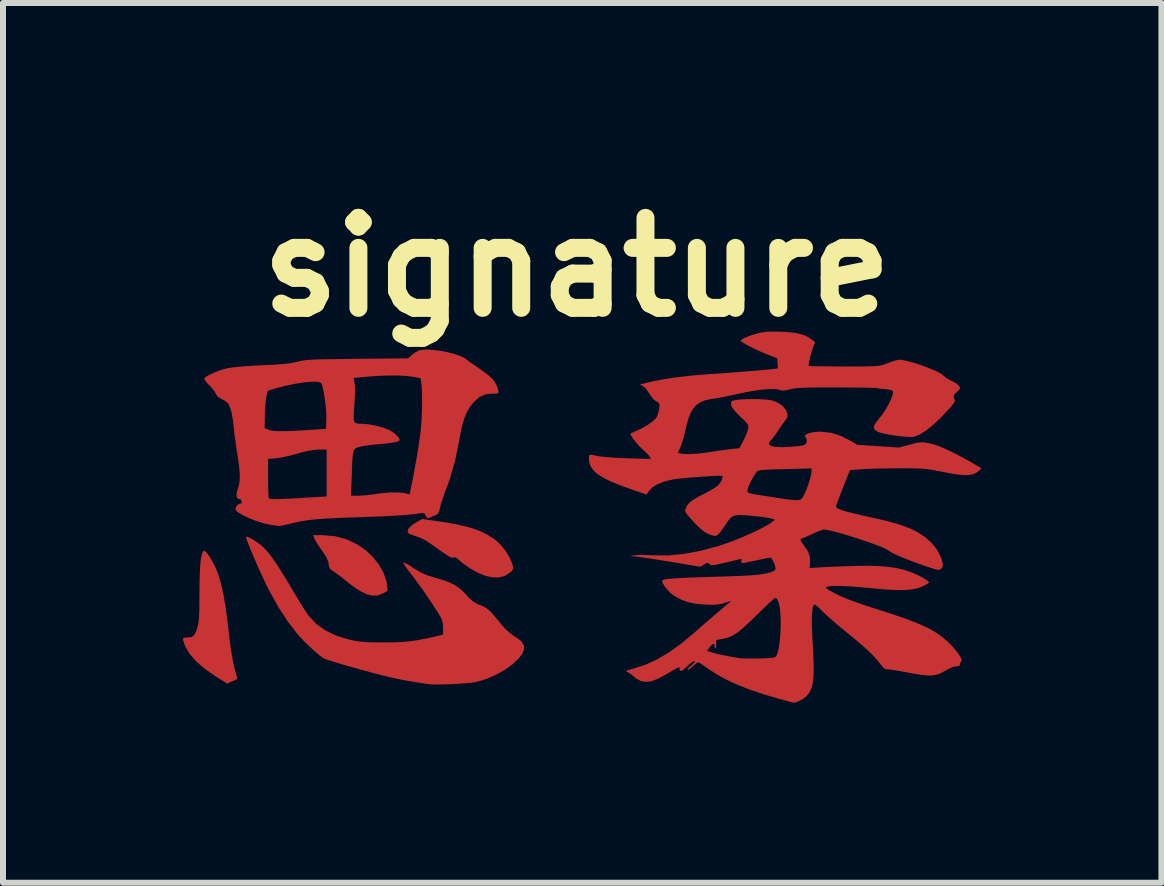
<source format=kicad_pcb>
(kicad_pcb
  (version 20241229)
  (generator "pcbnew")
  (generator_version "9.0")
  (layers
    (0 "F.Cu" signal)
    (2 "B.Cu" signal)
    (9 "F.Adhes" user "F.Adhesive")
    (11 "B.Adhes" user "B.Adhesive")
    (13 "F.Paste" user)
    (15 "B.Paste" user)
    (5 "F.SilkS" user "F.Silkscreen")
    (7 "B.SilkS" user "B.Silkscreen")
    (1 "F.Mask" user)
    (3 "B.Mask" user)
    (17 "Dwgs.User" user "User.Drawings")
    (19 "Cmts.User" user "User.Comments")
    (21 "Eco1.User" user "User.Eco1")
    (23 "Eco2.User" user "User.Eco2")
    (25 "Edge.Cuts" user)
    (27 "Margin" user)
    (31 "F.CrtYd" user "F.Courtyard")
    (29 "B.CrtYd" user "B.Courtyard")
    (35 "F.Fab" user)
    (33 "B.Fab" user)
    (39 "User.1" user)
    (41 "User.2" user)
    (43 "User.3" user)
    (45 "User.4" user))
  (footprint "signature"
    (layer "F.Cu")
    (at 6.578 5.534)
    (property "Reference" "signature" (at -0.01 -4.13 0) (layer "F.SilkS") (effects (font (size 1.5 1.5) (thickness 0.3))))
    (attr board_only exclude_from_pos_files exclude_from_bom)
    (fp_poly (pts (xy -4.04 0.355) (xy -3.845 0.409) (xy -3.663 0.497) (xy -3.539 0.583) (xy -3.416 0.697) (xy -3.313 0.826) (xy -3.236 0.961) (xy -3.188 1.097) (xy -3.176 1.167) (xy -3.166 1.266) (xy -3.241 1.308) (xy -3.334 1.344) (xy -3.433 1.345) (xy -3.514 1.323) (xy -3.598 1.284) (xy -3.699 1.222) (xy -3.808 1.142) (xy -3.883 1.08) (xy -3.949 1.027) (xy -4.017 0.977) (xy -4.066 0.944) (xy -4.116 0.91) (xy -4.14 0.878) (xy -4.146 0.841) (xy -4.154 0.784) (xy -4.182 0.718) (xy -4.233 0.635) (xy -4.281 0.566) (xy -4.325 0.503) (xy -4.363 0.441) (xy -4.382 0.402) (xy -4.409 0.338) (xy -4.247 0.338)) (stroke (width 0) (type solid)) (fill yes) (layer "F.Cu"))
    (fp_poly (pts (xy -2.293 0.111) (xy -2.083 0.145) (xy -1.906 0.182) (xy -1.755 0.223) (xy -1.625 0.27) (xy -1.511 0.325) (xy -1.407 0.391) (xy -1.354 0.43) (xy -1.271 0.51) (xy -1.193 0.609) (xy -1.129 0.715) (xy -1.089 0.814) (xy -1.088 0.816) (xy -1.074 0.87) (xy -1.074 0.903) (xy -1.091 0.93) (xy -1.121 0.958) (xy -1.212 1.017) (xy -1.316 1.044) (xy -1.436 1.04) (xy -1.549 1.012) (xy -1.661 0.966) (xy -1.782 0.898) (xy -1.9 0.816) (xy -1.968 0.759) (xy -2.016 0.719) (xy -2.047 0.704) (xy -2.07 0.71) (xy -2.071 0.711) (xy -2.088 0.715) (xy -2.117 0.706) (xy -2.162 0.681) (xy -2.229 0.636) (xy -2.305 0.583) (xy -2.403 0.513) (xy -2.478 0.461) (xy -2.538 0.423) (xy -2.59 0.396) (xy -2.641 0.374) (xy -2.699 0.354) (xy -2.725 0.346) (xy -2.787 0.324) (xy -2.82 0.304) (xy -2.832 0.28) (xy -2.833 0.272) (xy -2.815 0.224) (xy -2.762 0.171) (xy -2.673 0.114) (xy -2.669 0.112) (xy -2.589 0.068)) (stroke (width 0) (type solid)) (fill yes) (layer "F.Cu"))
    (fp_poly (pts (xy -6.213 0.601) (xy -6.182 0.632) (xy -6.143 0.685) (xy -6.1 0.753) (xy -6.058 0.831) (xy -6.02 0.912) (xy -6 0.962) (xy -5.949 1.126) (xy -5.903 1.327) (xy -5.862 1.566) (xy -5.827 1.841) (xy -5.815 1.949) (xy -5.795 2.124) (xy -5.771 2.29) (xy -5.744 2.441) (xy -5.715 2.57) (xy -5.687 2.672) (xy -5.675 2.706) (xy -5.674 2.733) (xy -5.704 2.753) (xy -5.715 2.757) (xy -5.766 2.778) (xy -5.801 2.795) (xy -5.83 2.81) (xy -5.839 2.813) (xy -5.855 2.803) (xy -5.897 2.777) (xy -5.958 2.739) (xy -6.031 2.693) (xy -6.213 2.567) (xy -6.358 2.442) (xy -6.467 2.317) (xy -6.54 2.193) (xy -6.573 2.096) (xy -6.578 2.065) (xy -6.569 2.05) (xy -6.535 2.045) (xy -6.501 2.045) (xy -6.447 2.04) (xy -6.409 2.022) (xy -6.379 1.985) (xy -6.352 1.921) (xy -6.333 1.858) (xy -6.323 1.816) (xy -6.315 1.764) (xy -6.31 1.695) (xy -6.306 1.606) (xy -6.304 1.49) (xy -6.303 1.344) (xy -6.303 1.296) (xy -6.301 1.101) (xy -6.296 0.941) (xy -6.288 0.815) (xy -6.276 0.718) (xy -6.26 0.65) (xy -6.241 0.607) (xy -6.233 0.598)) (stroke (width 0) (type solid)) (fill yes) (layer "F.Cu"))
    (fp_poly (pts (xy -5.505 0.364) (xy -5.46 0.384) (xy -5.402 0.417) (xy -5.337 0.46) (xy -5.279 0.502) (xy -5.222 0.554) (xy -5.159 0.624) (xy -5.09 0.714) (xy -5.011 0.828) (xy -4.922 0.968) (xy -4.819 1.137) (xy -4.764 1.23) (xy -4.698 1.342) (xy -4.633 1.449) (xy -4.573 1.545) (xy -4.522 1.623) (xy -4.485 1.677) (xy -4.478 1.686) (xy -4.353 1.819) (xy -4.199 1.929) (xy -4.018 2.015) (xy -3.806 2.079) (xy -3.78 2.085) (xy -3.702 2.101) (xy -3.627 2.112) (xy -3.547 2.119) (xy -3.452 2.124) (xy -3.333 2.126) (xy -3.236 2.126) (xy -3.068 2.125) (xy -2.924 2.119) (xy -2.794 2.107) (xy -2.663 2.088) (xy -2.521 2.061) (xy -2.382 2.029) (xy -2.242 1.997) (xy -2.242 1.883) (xy -2.245 1.818) (xy -2.256 1.765) (xy -2.28 1.709) (xy -2.315 1.649) (xy -2.442 1.451) (xy -2.582 1.246) (xy -2.724 1.053) (xy -2.777 0.985) (xy -2.831 0.914) (xy -2.873 0.855) (xy -2.899 0.812) (xy -2.907 0.791) (xy -2.906 0.791) (xy -2.883 0.798) (xy -2.837 0.822) (xy -2.775 0.859) (xy -2.733 0.887) (xy -2.652 0.938) (xy -2.578 0.977) (xy -2.497 1.009) (xy -2.397 1.04) (xy -2.364 1.05) (xy -2.227 1.091) (xy -2.119 1.132) (xy -2.031 1.178) (xy -1.955 1.233) (xy -1.883 1.302) (xy -1.854 1.334) (xy -1.788 1.403) (xy -1.732 1.45) (xy -1.674 1.483) (xy -1.636 1.499) (xy -1.572 1.525) (xy -1.519 1.555) (xy -1.47 1.594) (xy -1.416 1.65) (xy -1.35 1.728) (xy -1.329 1.754) (xy -1.255 1.844) (xy -1.191 1.912) (xy -1.13 1.967) (xy -1.062 2.017) (xy -1.011 2.05) (xy -0.935 2.109) (xy -0.895 2.172) (xy -0.89 2.239) (xy -0.921 2.315) (xy -0.98 2.393) (xy -1.086 2.493) (xy -1.221 2.588) (xy -1.373 2.672) (xy -1.533 2.74) (xy -1.688 2.785) (xy -1.755 2.796) (xy -1.849 2.806) (xy -1.961 2.814) (xy -2.082 2.821) (xy -2.204 2.825) (xy -2.316 2.827) (xy -2.411 2.827) (xy -2.478 2.822) (xy -2.486 2.821) (xy -2.646 2.797) (xy -2.779 2.776) (xy -2.891 2.756) (xy -2.993 2.736) (xy -3.093 2.714) (xy -3.187 2.692) (xy -3.316 2.659) (xy -3.454 2.623) (xy -3.595 2.585) (xy -3.734 2.546) (xy -3.866 2.509) (xy -3.986 2.473) (xy -4.088 2.442) (xy -4.168 2.416) (xy -4.219 2.397) (xy -4.235 2.39) (xy -4.299 2.343) (xy -4.38 2.275) (xy -4.468 2.194) (xy -4.556 2.108) (xy -4.635 2.025) (xy -4.664 1.992) (xy -4.827 1.782) (xy -4.985 1.541) (xy -5.134 1.273) (xy -5.172 1.199) (xy -5.22 1.099) (xy -5.271 0.989) (xy -5.324 0.874) (xy -5.374 0.759) (xy -5.421 0.649) (xy -5.462 0.55) (xy -5.495 0.467) (xy -5.518 0.405) (xy -5.528 0.369) (xy -5.528 0.363)) (stroke (width 0) (type solid)) (fill yes) (layer "F.Cu"))
    (fp_poly (pts (xy -2.42 -2.752) (xy -2.299 -2.737) (xy -2.176 -2.714) (xy -2.059 -2.684) (xy -1.956 -2.649) (xy -1.877 -2.611) (xy -1.848 -2.59) (xy -1.808 -2.559) (xy -1.746 -2.514) (xy -1.673 -2.464) (xy -1.628 -2.433) (xy -1.553 -2.38) (xy -1.483 -2.326) (xy -1.43 -2.279) (xy -1.41 -2.259) (xy -1.374 -2.205) (xy -1.343 -2.145) (xy -1.322 -2.088) (xy -1.316 -2.046) (xy -1.321 -2.031) (xy -1.347 -2.023) (xy -1.396 -2.02) (xy -1.429 -2.021) (xy -1.534 -2.01) (xy -1.629 -1.968) (xy -1.719 -1.891) (xy -1.731 -1.878) (xy -1.791 -1.804) (xy -1.84 -1.722) (xy -1.881 -1.627) (xy -1.917 -1.513) (xy -1.949 -1.372) (xy -1.978 -1.21) (xy -2.043 -0.893) (xy -2.13 -0.595) (xy -2.186 -0.443) (xy -2.222 -0.347) (xy -2.254 -0.253) (xy -2.279 -0.172) (xy -2.292 -0.12) (xy -2.308 -0.057) (xy -2.326 -0.021) (xy -2.354 -0.002) (xy -2.362 0.002) (xy -2.412 0.022) (xy -2.443 0.038) (xy -2.488 0.055) (xy -2.516 0.041) (xy -2.533 0.009) (xy -2.551 -0.024) (xy -2.58 -0.033) (xy -2.612 -0.029) (xy -2.702 -0.015) (xy -2.81 -0.004) (xy -2.939 0.007) (xy -3.092 0.016) (xy -3.273 0.025) (xy -3.487 0.033) (xy -3.621 0.038) (xy -3.836 0.045) (xy -4.019 0.052) (xy -4.173 0.06) (xy -4.305 0.069) (xy -4.418 0.079) (xy -4.517 0.092) (xy -4.607 0.106) (xy -4.693 0.124) (xy -4.77 0.142) (xy -4.85 0.161) (xy -4.917 0.176) (xy -4.963 0.184) (xy -4.977 0.185) (xy -5.007 0.181) (xy -5.06 0.174) (xy -5.106 0.167) (xy -5.199 0.149) (xy -5.3 0.12) (xy -5.401 0.085) (xy -5.498 0.045) (xy -5.582 0.004) (xy -5.649 -0.036) (xy -5.691 -0.071) (xy -5.703 -0.095) (xy -5.689 -0.141) (xy -5.656 -0.177) (xy -5.625 -0.188) (xy -5.597 -0.196) (xy -5.598 -0.217) (xy -5.608 -0.247) (xy -5.609 -0.255) (xy -5.624 -0.262) (xy -5.636 -0.263) (xy -5.673 -0.277) (xy -5.687 -0.319) (xy -5.679 -0.385) (xy -5.665 -0.429) (xy -5.644 -0.494) (xy -5.633 -0.564) (xy -5.631 -0.61) (xy -5.159 -0.61) (xy -5.158 -0.504) (xy -5.156 -0.411) (xy -5.153 -0.337) (xy -5.15 -0.29) (xy -5.146 -0.275) (xy -5.128 -0.268) (xy -5.087 -0.264) (xy -5.021 -0.263) (xy -4.927 -0.266) (xy -4.802 -0.271) (xy -4.645 -0.279) (xy -4.554 -0.285) (xy -4.183 -0.307) (xy -4.183 -0.319) (xy -3.777 -0.319) (xy -3.656 -0.319) (xy -3.578 -0.323) (xy -3.482 -0.332) (xy -3.387 -0.345) (xy -3.377 -0.347) (xy -3.266 -0.362) (xy -3.149 -0.372) (xy -3.037 -0.375) (xy -2.939 -0.371) (xy -2.866 -0.36) (xy -2.858 -0.358) (xy -2.8 -0.342) (xy -2.769 -0.485) (xy -2.733 -0.667) (xy -2.698 -0.859) (xy -2.665 -1.049) (xy -2.638 -1.226) (xy -2.617 -1.379) (xy -2.616 -1.388) (xy -2.605 -1.509) (xy -2.597 -1.645) (xy -2.592 -1.787) (xy -2.591 -1.925) (xy -2.593 -2.049) (xy -2.599 -2.151) (xy -2.604 -2.195) (xy -2.617 -2.279) (xy -2.739 -2.302) (xy -2.855 -2.316) (xy -3.001 -2.324) (xy -3.168 -2.323) (xy -3.351 -2.316) (xy -3.494 -2.305) (xy -3.734 -2.283) (xy -3.72 -2.215) (xy -3.713 -2.18) (xy -3.709 -2.143) (xy -3.708 -2.099) (xy -3.709 -2.039) (xy -3.713 -1.959) (xy -3.719 -1.851) (xy -3.724 -1.785) (xy -3.73 -1.681) (xy -3.731 -1.608) (xy -3.724 -1.562) (xy -3.707 -1.535) (xy -3.676 -1.523) (xy -3.629 -1.52) (xy -3.598 -1.52) (xy -3.492 -1.511) (xy -3.371 -1.489) (xy -3.251 -1.458) (xy -3.15 -1.42) (xy -3.138 -1.415) (xy -3.076 -1.377) (xy -3.02 -1.332) (xy -2.98 -1.287) (xy -2.964 -1.25) (xy -2.964 -1.249) (xy -2.982 -1.23) (xy -3.037 -1.213) (xy -3.126 -1.198) (xy -3.247 -1.184) (xy -3.302 -1.18) (xy -3.402 -1.171) (xy -3.499 -1.159) (xy -3.581 -1.146) (xy -3.632 -1.135) (xy -3.669 -1.124) (xy -3.697 -1.112) (xy -3.718 -1.093) (xy -3.733 -1.064) (xy -3.743 -1.02) (xy -3.751 -0.955) (xy -3.756 -0.865) (xy -3.761 -0.745) (xy -3.764 -0.653) (xy -3.777 -0.319) (xy -4.183 -0.319) (xy -4.183 -0.697) (xy -4.183 -1.088) (xy -4.313 -1.088) (xy -4.399 -1.083) (xy -4.496 -1.067) (xy -4.616 -1.037) (xy -4.674 -1.02) (xy -4.776 -0.993) (xy -4.879 -0.969) (xy -4.97 -0.951) (xy -5.032 -0.943) (xy -5.159 -0.933) (xy -5.159 -0.61) (xy -5.631 -0.61) (xy -5.63 -0.647) (xy -5.636 -0.748) (xy -5.65 -0.873) (xy -5.673 -1.023) (xy -5.691 -1.138) (xy -5.707 -1.255) (xy -5.721 -1.362) (xy -5.73 -1.448) (xy -5.73 -1.448) (xy -5.215 -1.448) (xy -5.145 -1.418) (xy -5.107 -1.407) (xy -5.052 -1.399) (xy -4.976 -1.396) (xy -4.875 -1.396) (xy -4.748 -1.401) (xy -4.59 -1.409) (xy -4.399 -1.421) (xy -4.362 -1.423) (xy -4.193 -1.435) (xy -4.187 -1.6) (xy -4.188 -1.68) (xy -4.195 -1.774) (xy -4.205 -1.875) (xy -4.219 -1.975) (xy -4.235 -2.066) (xy -4.252 -2.14) (xy -4.268 -2.189) (xy -4.276 -2.201) (xy -4.313 -2.216) (xy -4.38 -2.221) (xy -4.472 -2.218) (xy -4.582 -2.206) (xy -4.706 -2.186) (xy -4.837 -2.159) (xy -4.876 -2.15) (xy -4.972 -2.126) (xy -5.055 -2.103) (xy -5.119 -2.084) (xy -5.156 -2.071) (xy -5.162 -2.068) (xy -5.174 -2.039) (xy -5.186 -1.98) (xy -5.197 -1.9) (xy -5.206 -1.807) (xy -5.212 -1.708) (xy -5.214 -1.611) (xy -5.214 -1.611) (xy -5.215 -1.448) (xy -5.73 -1.448) (xy -5.732 -1.463) (xy -5.747 -1.594) (xy -5.768 -1.707) (xy -5.794 -1.797) (xy -5.824 -1.856) (xy -5.83 -1.864) (xy -5.867 -1.894) (xy -5.921 -1.926) (xy -5.94 -1.935) (xy -6.002 -1.973) (xy -6.03 -2.018) (xy -6.049 -2.055) (xy -6.088 -2.106) (xy -6.137 -2.158) (xy -6.183 -2.206) (xy -6.214 -2.247) (xy -6.224 -2.272) (xy -6.224 -2.273) (xy -6.2 -2.298) (xy -6.149 -2.329) (xy -6.078 -2.363) (xy -5.996 -2.397) (xy -5.91 -2.426) (xy -5.83 -2.447) (xy -5.828 -2.447) (xy -5.76 -2.457) (xy -5.662 -2.468) (xy -5.542 -2.478) (xy -5.405 -2.487) (xy -5.261 -2.495) (xy -5.256 -2.495) (xy -5.098 -2.502) (xy -4.97 -2.51) (xy -4.868 -2.52) (xy -4.783 -2.53) (xy -4.711 -2.544) (xy -4.671 -2.553) (xy -4.631 -2.563) (xy -4.591 -2.571) (xy -4.548 -2.578) (xy -4.497 -2.583) (xy -4.435 -2.588) (xy -4.358 -2.591) (xy -4.261 -2.594) (xy -4.142 -2.596) (xy -3.995 -2.598) (xy -3.818 -2.6) (xy -3.668 -2.602) (xy -2.825 -2.61) (xy -2.755 -2.673) (xy -2.697 -2.715) (xy -2.636 -2.744) (xy -2.616 -2.75) (xy -2.528 -2.757)) (stroke (width 0) (type solid)) (fill yes) (layer "F.Cu"))
    (fp_poly (pts (xy 3.363 -3.055) (xy 3.399 -3.054) (xy 3.552 -3.044) (xy 3.675 -3.026) (xy 3.774 -2.998) (xy 3.857 -2.958) (xy 3.909 -2.921) (xy 3.962 -2.878) (xy 3.931 -2.804) (xy 3.915 -2.758) (xy 3.897 -2.696) (xy 3.879 -2.628) (xy 3.864 -2.562) (xy 3.854 -2.511) (xy 3.852 -2.483) (xy 3.853 -2.481) (xy 3.872 -2.48) (xy 3.924 -2.479) (xy 4.005 -2.478) (xy 4.109 -2.477) (xy 4.233 -2.476) (xy 4.371 -2.475) (xy 4.438 -2.475) (xy 4.606 -2.475) (xy 4.741 -2.475) (xy 4.847 -2.477) (xy 4.929 -2.479) (xy 4.991 -2.483) (xy 5.038 -2.488) (xy 5.073 -2.496) (xy 5.102 -2.504) (xy 5.103 -2.505) (xy 5.2 -2.541) (xy 5.27 -2.565) (xy 5.32 -2.58) (xy 5.359 -2.586) (xy 5.395 -2.585) (xy 5.435 -2.578) (xy 5.466 -2.572) (xy 5.562 -2.548) (xy 5.667 -2.517) (xy 5.776 -2.479) (xy 5.88 -2.439) (xy 5.972 -2.4) (xy 6.045 -2.363) (xy 6.091 -2.333) (xy 6.097 -2.326) (xy 6.141 -2.288) (xy 6.204 -2.25) (xy 6.243 -2.231) (xy 6.32 -2.19) (xy 6.366 -2.146) (xy 6.378 -2.111) (xy 6.366 -2.092) (xy 6.334 -2.059) (xy 6.319 -2.044) (xy 6.282 -2.008) (xy 6.27 -1.981) (xy 6.277 -1.949) (xy 6.281 -1.941) (xy 6.29 -1.915) (xy 6.289 -1.891) (xy 6.272 -1.861) (xy 6.237 -1.817) (xy 6.193 -1.766) (xy 6.06 -1.625) (xy 5.935 -1.506) (xy 5.819 -1.412) (xy 5.715 -1.345) (xy 5.627 -1.307) (xy 5.597 -1.3) (xy 5.537 -1.299) (xy 5.454 -1.304) (xy 5.355 -1.314) (xy 5.252 -1.328) (xy 5.155 -1.345) (xy 5.073 -1.363) (xy 5.017 -1.38) (xy 5.012 -1.383) (xy 4.963 -1.413) (xy 4.941 -1.447) (xy 4.946 -1.49) (xy 4.98 -1.547) (xy 5.035 -1.615) (xy 5.088 -1.682) (xy 5.139 -1.761) (xy 5.186 -1.843) (xy 5.224 -1.922) (xy 5.251 -1.99) (xy 5.262 -2.042) (xy 5.256 -2.067) (xy 5.227 -2.08) (xy 5.174 -2.091) (xy 5.127 -2.096) (xy 5.062 -2.102) (xy 5.011 -2.109) (xy 4.99 -2.114) (xy 4.965 -2.116) (xy 4.907 -2.118) (xy 4.821 -2.12) (xy 4.711 -2.122) (xy 4.581 -2.123) (xy 4.437 -2.124) (xy 4.315 -2.124) (xy 4.135 -2.125) (xy 3.988 -2.124) (xy 3.87 -2.123) (xy 3.776 -2.12) (xy 3.702 -2.116) (xy 3.644 -2.112) (xy 3.598 -2.105) (xy 3.558 -2.097) (xy 3.546 -2.094) (xy 3.473 -2.077) (xy 3.422 -2.073) (xy 3.383 -2.08) (xy 3.372 -2.084) (xy 3.311 -2.097) (xy 3.219 -2.099) (xy 3.102 -2.091) (xy 2.963 -2.073) (xy 2.809 -2.046) (xy 2.683 -2.019) (xy 2.569 -1.994) (xy 2.454 -1.971) (xy 2.35 -1.951) (xy 2.266 -1.937) (xy 2.243 -1.934) (xy 2.128 -1.911) (xy 2.034 -1.871) (xy 1.958 -1.81) (xy 1.897 -1.723) (xy 1.849 -1.608) (xy 1.809 -1.46) (xy 1.799 -1.415) (xy 1.778 -1.322) (xy 1.752 -1.232) (xy 1.728 -1.157) (xy 1.717 -1.132) (xy 1.673 -1.035) (xy 1.714 -1.024) (xy 1.783 -1.015) (xy 1.883 -1.014) (xy 2.006 -1.022) (xy 2.147 -1.039) (xy 2.219 -1.05) (xy 2.322 -1.066) (xy 2.426 -1.08) (xy 2.517 -1.092) (xy 2.574 -1.099) (xy 2.699 -1.112) (xy 2.764 -1.236) (xy 2.799 -1.308) (xy 2.827 -1.379) (xy 2.843 -1.432) (xy 2.848 -1.465) (xy 2.845 -1.492) (xy 2.831 -1.519) (xy 2.8 -1.555) (xy 2.749 -1.605) (xy 2.714 -1.638) (xy 2.633 -1.72) (xy 2.581 -1.786) (xy 2.558 -1.838) (xy 2.562 -1.881) (xy 2.568 -1.893) (xy 2.595 -1.906) (xy 2.652 -1.917) (xy 2.732 -1.925) (xy 2.827 -1.93) (xy 2.929 -1.931) (xy 3.031 -1.929) (xy 3.125 -1.924) (xy 3.205 -1.915) (xy 3.255 -1.905) (xy 3.344 -1.868) (xy 3.417 -1.817) (xy 3.47 -1.757) (xy 3.499 -1.694) (xy 3.5 -1.634) (xy 3.475 -1.588) (xy 3.447 -1.554) (xy 3.407 -1.498) (xy 3.362 -1.432) (xy 3.352 -1.415) (xy 3.307 -1.349) (xy 3.264 -1.292) (xy 3.233 -1.253) (xy 3.227 -1.248) (xy 3.193 -1.205) (xy 3.195 -1.172) (xy 3.232 -1.148) (xy 3.301 -1.133) (xy 3.404 -1.129) (xy 3.501 -1.133) (xy 3.615 -1.141) (xy 3.697 -1.149) (xy 3.753 -1.158) (xy 3.788 -1.17) (xy 3.808 -1.187) (xy 3.819 -1.208) (xy 3.82 -1.214) (xy 3.821 -1.257) (xy 3.811 -1.281) (xy 3.792 -1.309) (xy 3.789 -1.318) (xy 3.807 -1.34) (xy 3.853 -1.36) (xy 3.919 -1.376) (xy 3.996 -1.386) (xy 4.049 -1.388) (xy 4.222 -1.37) (xy 4.395 -1.315) (xy 4.54 -1.242) (xy 4.662 -1.169) (xy 5.01 -1.146) (xy 5.359 -1.123) (xy 5.541 -1.172) (xy 5.632 -1.196) (xy 5.7 -1.208) (xy 5.76 -1.21) (xy 5.825 -1.202) (xy 5.909 -1.183) (xy 5.928 -1.178) (xy 5.999 -1.155) (xy 6.094 -1.117) (xy 6.205 -1.066) (xy 6.325 -1.007) (xy 6.446 -0.944) (xy 6.56 -0.88) (xy 6.561 -0.879) (xy 6.735 -0.776) (xy 6.692 -0.736) (xy 6.648 -0.702) (xy 6.597 -0.678) (xy 6.533 -0.665) (xy 6.454 -0.663) (xy 6.354 -0.671) (xy 6.228 -0.69) (xy 6.072 -0.72) (xy 6.031 -0.728) (xy 5.947 -0.744) (xy 5.874 -0.757) (xy 5.804 -0.766) (xy 5.73 -0.772) (xy 5.643 -0.775) (xy 5.536 -0.777) (xy 5.402 -0.777) (xy 5.365 -0.777) (xy 5.228 -0.776) (xy 5.089 -0.774) (xy 4.958 -0.771) (xy 4.845 -0.767) (xy 4.757 -0.762) (xy 4.743 -0.761) (xy 4.543 -0.747) (xy 4.495 -0.631) (xy 4.466 -0.559) (xy 4.43 -0.468) (xy 4.394 -0.374) (xy 4.384 -0.347) (xy 4.355 -0.27) (xy 4.33 -0.205) (xy 4.312 -0.16) (xy 4.307 -0.147) (xy 4.311 -0.128) (xy 4.34 -0.106) (xy 4.397 -0.082) (xy 4.484 -0.055) (xy 4.602 -0.025) (xy 4.755 0.011) (xy 4.831 0.027) (xy 5.032 0.072) (xy 5.2 0.113) (xy 5.342 0.153) (xy 5.463 0.194) (xy 5.567 0.237) (xy 5.659 0.284) (xy 5.745 0.336) (xy 5.792 0.368) (xy 5.902 0.464) (xy 5.992 0.578) (xy 6.056 0.7) (xy 6.078 0.768) (xy 6.089 0.825) (xy 6.089 0.86) (xy 6.075 0.885) (xy 6.065 0.895) (xy 6.049 0.91) (xy 6.031 0.917) (xy 6.005 0.916) (xy 5.962 0.906) (xy 5.896 0.885) (xy 5.825 0.862) (xy 5.668 0.807) (xy 5.525 0.754) (xy 5.4 0.704) (xy 5.297 0.659) (xy 5.222 0.62) (xy 5.177 0.59) (xy 5.177 0.59) (xy 5.141 0.568) (xy 5.076 0.538) (xy 4.986 0.503) (xy 4.878 0.464) (xy 4.759 0.423) (xy 4.633 0.382) (xy 4.507 0.342) (xy 4.388 0.307) (xy 4.28 0.278) (xy 4.191 0.257) (xy 4.126 0.245) (xy 4.105 0.244) (xy 4.073 0.252) (xy 4.016 0.273) (xy 3.946 0.303) (xy 3.914 0.319) (xy 3.843 0.352) (xy 3.784 0.378) (xy 3.745 0.392) (xy 3.736 0.394) (xy 3.716 0.405) (xy 3.724 0.438) (xy 3.759 0.489) (xy 3.762 0.492) (xy 3.835 0.596) (xy 3.873 0.695) (xy 3.878 0.794) (xy 3.869 0.887) (xy 4.04 0.875) (xy 4.113 0.87) (xy 4.214 0.866) (xy 4.334 0.861) (xy 4.465 0.856) (xy 4.598 0.852) (xy 4.615 0.852) (xy 4.825 0.848) (xy 5.004 0.852) (xy 5.159 0.863) (xy 5.296 0.882) (xy 5.422 0.91) (xy 5.536 0.946) (xy 5.616 0.977) (xy 5.694 1.013) (xy 5.764 1.051) (xy 5.819 1.086) (xy 5.853 1.114) (xy 5.859 1.131) (xy 5.837 1.148) (xy 5.792 1.173) (xy 5.743 1.197) (xy 5.667 1.224) (xy 5.576 1.242) (xy 5.465 1.252) (xy 5.331 1.253) (xy 5.17 1.246) (xy 4.978 1.23) (xy 4.882 1.221) (xy 4.694 1.203) (xy 4.528 1.191) (xy 4.388 1.185) (xy 4.277 1.184) (xy 4.197 1.19) (xy 4.157 1.199) (xy 4.141 1.209) (xy 4.148 1.224) (xy 4.182 1.247) (xy 4.222 1.271) (xy 4.31 1.318) (xy 4.408 1.364) (xy 4.522 1.411) (xy 4.657 1.461) (xy 4.817 1.516) (xy 5.008 1.578) (xy 5.056 1.593) (xy 5.278 1.665) (xy 5.469 1.73) (xy 5.631 1.792) (xy 5.769 1.851) (xy 5.886 1.909) (xy 5.988 1.969) (xy 6.077 2.033) (xy 6.159 2.102) (xy 6.169 2.111) (xy 6.231 2.173) (xy 6.29 2.239) (xy 6.341 2.304) (xy 6.38 2.362) (xy 6.403 2.406) (xy 6.405 2.431) (xy 6.402 2.434) (xy 6.383 2.457) (xy 6.378 2.482) (xy 6.371 2.511) (xy 6.344 2.522) (xy 6.313 2.524) (xy 6.253 2.538) (xy 6.176 2.572) (xy 6.137 2.595) (xy 6.068 2.633) (xy 6.001 2.66) (xy 5.93 2.675) (xy 5.849 2.678) (xy 5.75 2.67) (xy 5.627 2.651) (xy 5.497 2.627) (xy 5.393 2.607) (xy 5.299 2.591) (xy 5.224 2.58) (xy 5.174 2.575) (xy 5.158 2.576) (xy 5.129 2.571) (xy 5.092 2.54) (xy 5.05 2.488) (xy 4.991 2.415) (xy 4.926 2.343) (xy 4.85 2.268) (xy 4.758 2.185) (xy 4.646 2.089) (xy 4.508 1.976) (xy 4.5 1.97) (xy 4.4 1.888) (xy 4.3 1.803) (xy 4.208 1.723) (xy 4.132 1.653) (xy 4.083 1.607) (xy 4.021 1.545) (xy 3.979 1.509) (xy 3.953 1.496) (xy 3.939 1.502) (xy 3.939 1.502) (xy 3.922 1.547) (xy 3.912 1.62) (xy 3.907 1.723) (xy 3.908 1.858) (xy 3.914 2.027) (xy 3.921 2.139) (xy 3.931 2.335) (xy 3.937 2.498) (xy 3.936 2.633) (xy 3.93 2.742) (xy 3.917 2.829) (xy 3.896 2.9) (xy 3.868 2.958) (xy 3.832 3.006) (xy 3.805 3.033) (xy 3.764 3.064) (xy 3.709 3.095) (xy 3.654 3.12) (xy 3.613 3.132) (xy 3.607 3.132) (xy 3.584 3.127) (xy 3.533 3.113) (xy 3.46 3.093) (xy 3.373 3.069) (xy 3.359 3.066) (xy 3.092 2.987) (xy 2.858 2.908) (xy 2.652 2.827) (xy 2.469 2.741) (xy 2.305 2.649) (xy 2.155 2.549) (xy 2.127 2.529) (xy 2.075 2.492) (xy 2.032 2.466) (xy 2.011 2.457) (xy 1.986 2.47) (xy 1.947 2.501) (xy 1.924 2.523) (xy 1.881 2.561) (xy 1.846 2.585) (xy 1.834 2.588) (xy 1.834 2.577) (xy 1.858 2.548) (xy 1.895 2.513) (xy 1.94 2.471) (xy 1.957 2.448) (xy 1.949 2.439) (xy 1.943 2.439) (xy 1.912 2.452) (xy 1.867 2.486) (xy 1.826 2.525) (xy 1.772 2.577) (xy 1.732 2.601) (xy 1.717 2.601) (xy 1.698 2.577) (xy 1.7 2.561) (xy 1.702 2.545) (xy 1.69 2.542) (xy 1.658 2.554) (xy 1.605 2.583) (xy 1.525 2.63) (xy 1.478 2.658) (xy 1.347 2.729) (xy 1.235 2.772) (xy 1.137 2.785) (xy 1.052 2.769) (xy 0.973 2.724) (xy 0.94 2.695) (xy 0.89 2.654) (xy 0.843 2.623) (xy 0.825 2.616) (xy 0.809 2.608) (xy 0.815 2.599) (xy 0.847 2.586) (xy 0.911 2.568) (xy 0.947 2.558) (xy 1.137 2.496) (xy 1.327 2.409) (xy 1.521 2.295) (xy 1.557 2.268) (xy 2.157 2.268) (xy 2.255 2.297) (xy 2.33 2.317) (xy 2.431 2.339) (xy 2.546 2.362) (xy 2.664 2.382) (xy 2.711 2.389) (xy 2.75 2.392) (xy 2.818 2.394) (xy 2.906 2.394) (xy 3.005 2.393) (xy 3.028 2.393) (xy 3.135 2.39) (xy 3.211 2.386) (xy 3.261 2.38) (xy 3.292 2.371) (xy 3.309 2.36) (xy 3.312 2.356) (xy 3.335 2.304) (xy 3.355 2.223) (xy 3.37 2.119) (xy 3.381 2.002) (xy 3.387 1.877) (xy 3.387 1.754) (xy 3.382 1.639) (xy 3.372 1.541) (xy 3.355 1.467) (xy 3.352 1.458) (xy 3.328 1.405) (xy 3.308 1.383) (xy 3.29 1.385) (xy 3.269 1.402) (xy 3.225 1.442) (xy 3.164 1.499) (xy 3.09 1.571) (xy 3.006 1.652) (xy 2.985 1.673) (xy 2.869 1.785) (xy 2.774 1.873) (xy 2.694 1.94) (xy 2.626 1.989) (xy 2.563 2.024) (xy 2.502 2.047) (xy 2.438 2.063) (xy 2.423 2.066) (xy 2.31 2.086) (xy 2.313 2.158) (xy 2.311 2.203) (xy 2.302 2.226) (xy 2.299 2.227) (xy 2.286 2.208) (xy 2.286 2.181) (xy 2.282 2.151) (xy 2.261 2.151) (xy 2.227 2.178) (xy 2.198 2.214) (xy 2.157 2.268) (xy 1.557 2.268) (xy 1.722 2.151) (xy 1.934 1.975) (xy 1.938 1.972) (xy 2.052 1.871) (xy 2.164 1.774) (xy 2.269 1.683) (xy 2.363 1.603) (xy 2.442 1.536) (xy 2.5 1.488) (xy 2.532 1.462) (xy 2.554 1.445) (xy 2.556 1.439) (xy 2.532 1.443) (xy 2.478 1.459) (xy 2.457 1.466) (xy 2.393 1.484) (xy 2.331 1.494) (xy 2.26 1.498) (xy 2.168 1.497) (xy 2.129 1.495) (xy 1.971 1.482) (xy 1.837 1.454) (xy 1.719 1.409) (xy 1.604 1.344) (xy 1.6 1.341) (xy 1.549 1.301) (xy 1.499 1.249) (xy 1.455 1.194) (xy 1.424 1.145) (xy 1.41 1.107) (xy 1.414 1.094) (xy 1.433 1.083) (xy 1.472 1.074) (xy 1.532 1.066) (xy 1.617 1.059) (xy 1.729 1.052) (xy 1.87 1.045) (xy 2.044 1.039) (xy 2.252 1.033) (xy 2.27 1.032) (xy 2.469 1.026) (xy 2.636 1.02) (xy 2.773 1.014) (xy 2.886 1.008) (xy 2.978 1) (xy 3.054 0.992) (xy 3.118 0.981) (xy 3.174 0.969) (xy 3.225 0.955) (xy 3.28 0.932) (xy 3.301 0.904) (xy 3.302 0.898) (xy 3.294 0.853) (xy 3.276 0.799) (xy 3.252 0.751) (xy 3.228 0.719) (xy 3.217 0.713) (xy 3.189 0.717) (xy 3.134 0.727) (xy 3.058 0.742) (xy 2.975 0.76) (xy 2.874 0.781) (xy 2.805 0.796) (xy 2.761 0.802) (xy 2.738 0.802) (xy 2.729 0.794) (xy 2.731 0.78) (xy 2.734 0.767) (xy 2.736 0.738) (xy 2.715 0.736) (xy 2.709 0.737) (xy 2.677 0.745) (xy 2.618 0.76) (xy 2.539 0.779) (xy 2.452 0.799) (xy 2.358 0.82) (xy 2.293 0.833) (xy 2.251 0.838) (xy 2.225 0.836) (xy 2.208 0.827) (xy 2.2 0.82) (xy 2.177 0.801) (xy 2.153 0.802) (xy 2.113 0.824) (xy 2.108 0.827) (xy 2.047 0.865) (xy 1.534 0.779) (xy 1.395 0.757) (xy 1.266 0.736) (xy 1.151 0.719) (xy 1.055 0.705) (xy 0.985 0.696) (xy 0.947 0.692) (xy 0.946 0.692) (xy 0.872 0.69) (xy 0.953 0.674) (xy 1.004 0.669) (xy 1.081 0.668) (xy 1.174 0.67) (xy 1.262 0.674) (xy 1.511 0.676) (xy 1.779 0.65) (xy 2.062 0.596) (xy 2.358 0.516) (xy 2.554 0.449) (xy 2.666 0.406) (xy 2.786 0.355) (xy 2.906 0.301) (xy 3.019 0.247) (xy 3.117 0.196) (xy 3.194 0.153) (xy 3.236 0.124) (xy 3.292 0.079) (xy 3.217 0.057) (xy 3.17 0.047) (xy 3.095 0.036) (xy 3.003 0.025) (xy 2.903 0.015) (xy 2.892 0.014) (xy 2.776 0.005) (xy 2.69 0.003) (xy 2.627 0.009) (xy 2.581 0.027) (xy 2.543 0.058) (xy 2.507 0.104) (xy 2.483 0.141) (xy 2.44 0.206) (xy 2.394 0.269) (xy 2.372 0.296) (xy 2.335 0.336) (xy 2.303 0.35) (xy 2.263 0.346) (xy 2.189 0.323) (xy 2.119 0.285) (xy 2.045 0.226) (xy 1.96 0.143) (xy 1.926 0.106) (xy 1.864 0.037) (xy 1.824 -0.011) (xy 1.802 -0.044) (xy 1.794 -0.069) (xy 1.797 -0.093) (xy 1.802 -0.106) (xy 1.826 -0.156) (xy 1.863 -0.2) (xy 1.917 -0.243) (xy 1.995 -0.291) (xy 2.101 -0.347) (xy 2.185 -0.391) (xy 2.214 -0.408) (xy 2.833 -0.408) (xy 2.834 -0.389) (xy 2.842 -0.375) (xy 2.863 -0.364) (xy 2.902 -0.353) (xy 2.964 -0.341) (xy 3.057 -0.326) (xy 3.091 -0.321) (xy 3.195 -0.305) (xy 3.297 -0.289) (xy 3.384 -0.275) (xy 3.446 -0.266) (xy 3.452 -0.265) (xy 3.53 -0.254) (xy 3.61 -0.248) (xy 3.641 -0.246) (xy 3.692 -0.247) (xy 3.723 -0.257) (xy 3.748 -0.285) (xy 3.775 -0.333) (xy 3.809 -0.404) (xy 3.842 -0.49) (xy 3.871 -0.579) (xy 3.892 -0.659) (xy 3.902 -0.72) (xy 3.902 -0.727) (xy 3.902 -0.775) (xy 3.457 -0.763) (xy 3.317 -0.76) (xy 3.209 -0.756) (xy 3.129 -0.752) (xy 3.072 -0.748) (xy 3.034 -0.742) (xy 3.009 -0.735) (xy 2.994 -0.725) (xy 2.982 -0.712) (xy 2.979 -0.709) (xy 2.94 -0.65) (xy 2.9 -0.579) (xy 2.865 -0.508) (xy 2.841 -0.447) (xy 2.833 -0.408) (xy 2.214 -0.408) (xy 2.26 -0.435) (xy 2.318 -0.472) (xy 2.348 -0.496) (xy 2.381 -0.538) (xy 2.406 -0.587) (xy 2.419 -0.628) (xy 2.414 -0.65) (xy 2.393 -0.652) (xy 2.34 -0.652) (xy 2.263 -0.649) (xy 2.168 -0.643) (xy 2.063 -0.636) (xy 1.952 -0.628) (xy 1.844 -0.619) (xy 1.745 -0.61) (xy 1.66 -0.601) (xy 1.598 -0.592) (xy 1.586 -0.59) (xy 1.449 -0.557) (xy 1.333 -0.511) (xy 1.244 -0.455) (xy 1.194 -0.402) (xy 1.151 -0.339) (xy 0.88 -0.432) (xy 0.697 -0.499) (xy 0.547 -0.561) (xy 0.428 -0.62) (xy 0.337 -0.678) (xy 0.271 -0.737) (xy 0.226 -0.798) (xy 0.218 -0.813) (xy 0.198 -0.87) (xy 0.189 -0.929) (xy 0.19 -0.977) (xy 0.202 -1.001) (xy 0.227 -1.002) (xy 0.276 -0.994) (xy 0.329 -0.983) (xy 0.389 -0.973) (xy 0.481 -0.963) (xy 0.597 -0.955) (xy 0.733 -0.948) (xy 0.832 -0.944) (xy 1.224 -0.932) (xy 1.203 -0.971) (xy 1.179 -1.002) (xy 1.135 -1.048) (xy 1.08 -1.097) (xy 1.08 -1.097) (xy 1.033 -1.142) (xy 0.985 -1.196) (xy 0.94 -1.252) (xy 0.905 -1.303) (xy 0.885 -1.341) (xy 0.885 -1.358) (xy 0.904 -1.367) (xy 0.947 -1.386) (xy 0.975 -1.398) (xy 1.076 -1.445) (xy 1.169 -1.499) (xy 1.247 -1.554) (xy 1.301 -1.604) (xy 1.318 -1.626) (xy 1.341 -1.682) (xy 1.359 -1.751) (xy 1.363 -1.776) (xy 1.367 -1.831) (xy 1.362 -1.861) (xy 1.341 -1.88) (xy 1.316 -1.891) (xy 1.262 -1.931) (xy 1.208 -2.004) (xy 1.2 -2.018) (xy 1.16 -2.077) (xy 1.119 -2.125) (xy 1.092 -2.146) (xy 1.042 -2.172) (xy 1.123 -2.194) (xy 1.279 -2.232) (xy 1.45 -2.264) (xy 1.64 -2.293) (xy 1.856 -2.318) (xy 2.101 -2.34) (xy 2.307 -2.354) (xy 2.425 -2.362) (xy 2.554 -2.372) (xy 2.69 -2.382) (xy 2.825 -2.393) (xy 2.954 -2.403) (xy 3.068 -2.413) (xy 3.163 -2.422) (xy 3.232 -2.428) (xy 3.26 -2.432) (xy 3.341 -2.443) (xy 3.335 -2.527) (xy 3.33 -2.61) (xy 3.149 -2.681) (xy 3.059 -2.718) (xy 2.968 -2.76) (xy 2.882 -2.802) (xy 2.809 -2.841) (xy 2.754 -2.874) (xy 2.724 -2.898) (xy 2.72 -2.905) (xy 2.737 -2.924) (xy 2.782 -2.949) (xy 2.847 -2.977) (xy 2.925 -3.004) (xy 3.008 -3.028) (xy 3.015 -3.03) (xy 3.087 -3.044) (xy 3.162 -3.053) (xy 3.25 -3.056)) (stroke (width 0) (type solid)) (fill yes) (layer "F.Cu"))
    (fp_poly (pts (xy -4.04 0.355) (xy -3.845 0.409) (xy -3.663 0.497) (xy -3.539 0.583) (xy -3.416 0.697) (xy -3.313 0.826) (xy -3.236 0.961) (xy -3.188 1.097) (xy -3.176 1.167) (xy -3.166 1.266) (xy -3.241 1.308) (xy -3.334 1.344) (xy -3.433 1.345) (xy -3.514 1.323) (xy -3.598 1.284) (xy -3.699 1.222) (xy -3.808 1.142) (xy -3.883 1.08) (xy -3.949 1.027) (xy -4.017 0.977) (xy -4.066 0.944) (xy -4.116 0.91) (xy -4.14 0.878) (xy -4.146 0.841) (xy -4.154 0.784) (xy -4.182 0.718) (xy -4.233 0.635) (xy -4.281 0.566) (xy -4.325 0.503) (xy -4.363 0.441) (xy -4.382 0.402) (xy -4.409 0.338) (xy -4.247 0.338)) (stroke (width 0) (type solid)) (fill yes) (layer "F.Mask"))
    (fp_poly (pts (xy -2.293 0.111) (xy -2.083 0.145) (xy -1.906 0.182) (xy -1.755 0.223) (xy -1.625 0.27) (xy -1.511 0.325) (xy -1.407 0.391) (xy -1.354 0.43) (xy -1.271 0.51) (xy -1.193 0.609) (xy -1.129 0.715) (xy -1.089 0.814) (xy -1.088 0.816) (xy -1.074 0.87) (xy -1.074 0.903) (xy -1.091 0.93) (xy -1.121 0.958) (xy -1.212 1.017) (xy -1.316 1.044) (xy -1.436 1.04) (xy -1.549 1.012) (xy -1.661 0.966) (xy -1.782 0.898) (xy -1.9 0.816) (xy -1.968 0.759) (xy -2.016 0.719) (xy -2.047 0.704) (xy -2.07 0.71) (xy -2.071 0.711) (xy -2.088 0.715) (xy -2.117 0.706) (xy -2.162 0.681) (xy -2.229 0.636) (xy -2.305 0.583) (xy -2.403 0.513) (xy -2.478 0.461) (xy -2.538 0.423) (xy -2.59 0.396) (xy -2.641 0.374) (xy -2.699 0.354) (xy -2.725 0.346) (xy -2.787 0.324) (xy -2.82 0.304) (xy -2.832 0.28) (xy -2.833 0.272) (xy -2.815 0.224) (xy -2.762 0.171) (xy -2.673 0.114) (xy -2.669 0.112) (xy -2.589 0.068)) (stroke (width 0) (type solid)) (fill yes) (layer "F.Mask"))
    (fp_poly (pts (xy -6.213 0.601) (xy -6.182 0.632) (xy -6.143 0.685) (xy -6.1 0.753) (xy -6.058 0.831) (xy -6.02 0.912) (xy -6 0.962) (xy -5.949 1.126) (xy -5.903 1.327) (xy -5.862 1.566) (xy -5.827 1.841) (xy -5.815 1.949) (xy -5.795 2.124) (xy -5.771 2.29) (xy -5.744 2.441) (xy -5.715 2.57) (xy -5.687 2.672) (xy -5.675 2.706) (xy -5.674 2.733) (xy -5.704 2.753) (xy -5.715 2.757) (xy -5.766 2.778) (xy -5.801 2.795) (xy -5.83 2.81) (xy -5.839 2.813) (xy -5.855 2.803) (xy -5.897 2.777) (xy -5.958 2.739) (xy -6.031 2.693) (xy -6.213 2.567) (xy -6.358 2.442) (xy -6.467 2.317) (xy -6.54 2.193) (xy -6.573 2.096) (xy -6.578 2.065) (xy -6.569 2.05) (xy -6.535 2.045) (xy -6.501 2.045) (xy -6.447 2.04) (xy -6.409 2.022) (xy -6.379 1.985) (xy -6.352 1.921) (xy -6.333 1.858) (xy -6.323 1.816) (xy -6.315 1.764) (xy -6.31 1.695) (xy -6.306 1.606) (xy -6.304 1.49) (xy -6.303 1.344) (xy -6.303 1.296) (xy -6.301 1.101) (xy -6.296 0.941) (xy -6.288 0.815) (xy -6.276 0.718) (xy -6.26 0.65) (xy -6.241 0.607) (xy -6.233 0.598)) (stroke (width 0) (type solid)) (fill yes) (layer "F.Mask"))
    (fp_poly (pts (xy -5.505 0.364) (xy -5.46 0.384) (xy -5.402 0.417) (xy -5.337 0.46) (xy -5.279 0.502) (xy -5.222 0.554) (xy -5.159 0.624) (xy -5.09 0.714) (xy -5.011 0.828) (xy -4.922 0.968) (xy -4.819 1.137) (xy -4.764 1.23) (xy -4.698 1.342) (xy -4.633 1.449) (xy -4.573 1.545) (xy -4.522 1.623) (xy -4.485 1.677) (xy -4.478 1.686) (xy -4.353 1.819) (xy -4.199 1.929) (xy -4.018 2.015) (xy -3.806 2.079) (xy -3.78 2.085) (xy -3.702 2.101) (xy -3.627 2.112) (xy -3.547 2.119) (xy -3.452 2.124) (xy -3.333 2.126) (xy -3.236 2.126) (xy -3.068 2.125) (xy -2.924 2.119) (xy -2.794 2.107) (xy -2.663 2.088) (xy -2.521 2.061) (xy -2.382 2.029) (xy -2.242 1.997) (xy -2.242 1.883) (xy -2.245 1.818) (xy -2.256 1.765) (xy -2.28 1.709) (xy -2.315 1.649) (xy -2.442 1.451) (xy -2.582 1.246) (xy -2.724 1.053) (xy -2.777 0.985) (xy -2.831 0.914) (xy -2.873 0.855) (xy -2.899 0.812) (xy -2.907 0.791) (xy -2.906 0.791) (xy -2.883 0.798) (xy -2.837 0.822) (xy -2.775 0.859) (xy -2.733 0.887) (xy -2.652 0.938) (xy -2.578 0.977) (xy -2.497 1.009) (xy -2.397 1.04) (xy -2.364 1.05) (xy -2.227 1.091) (xy -2.119 1.132) (xy -2.031 1.178) (xy -1.955 1.233) (xy -1.883 1.302) (xy -1.854 1.334) (xy -1.788 1.403) (xy -1.732 1.45) (xy -1.674 1.483) (xy -1.636 1.499) (xy -1.572 1.525) (xy -1.519 1.555) (xy -1.47 1.594) (xy -1.416 1.65) (xy -1.35 1.728) (xy -1.329 1.754) (xy -1.255 1.844) (xy -1.191 1.912) (xy -1.13 1.967) (xy -1.062 2.017) (xy -1.011 2.05) (xy -0.935 2.109) (xy -0.895 2.172) (xy -0.89 2.239) (xy -0.921 2.315) (xy -0.98 2.393) (xy -1.086 2.493) (xy -1.221 2.588) (xy -1.373 2.672) (xy -1.533 2.74) (xy -1.688 2.785) (xy -1.755 2.796) (xy -1.849 2.806) (xy -1.961 2.814) (xy -2.082 2.821) (xy -2.204 2.825) (xy -2.316 2.827) (xy -2.411 2.827) (xy -2.478 2.822) (xy -2.486 2.821) (xy -2.646 2.797) (xy -2.779 2.776) (xy -2.891 2.756) (xy -2.993 2.736) (xy -3.093 2.714) (xy -3.187 2.692) (xy -3.316 2.659) (xy -3.454 2.623) (xy -3.595 2.585) (xy -3.734 2.546) (xy -3.866 2.509) (xy -3.986 2.473) (xy -4.088 2.442) (xy -4.168 2.416) (xy -4.219 2.397) (xy -4.235 2.39) (xy -4.299 2.343) (xy -4.38 2.275) (xy -4.468 2.194) (xy -4.556 2.108) (xy -4.635 2.025) (xy -4.664 1.992) (xy -4.827 1.782) (xy -4.985 1.541) (xy -5.134 1.273) (xy -5.172 1.199) (xy -5.22 1.099) (xy -5.271 0.989) (xy -5.324 0.874) (xy -5.374 0.759) (xy -5.421 0.649) (xy -5.462 0.55) (xy -5.495 0.467) (xy -5.518 0.405) (xy -5.528 0.369) (xy -5.528 0.363)) (stroke (width 0) (type solid)) (fill yes) (layer "F.Mask"))
    (fp_poly (pts (xy -2.42 -2.752) (xy -2.299 -2.737) (xy -2.176 -2.714) (xy -2.059 -2.684) (xy -1.956 -2.649) (xy -1.877 -2.611) (xy -1.848 -2.59) (xy -1.808 -2.559) (xy -1.746 -2.514) (xy -1.673 -2.464) (xy -1.628 -2.433) (xy -1.553 -2.38) (xy -1.483 -2.326) (xy -1.43 -2.279) (xy -1.41 -2.259) (xy -1.374 -2.205) (xy -1.343 -2.145) (xy -1.322 -2.088) (xy -1.316 -2.046) (xy -1.321 -2.031) (xy -1.347 -2.023) (xy -1.396 -2.02) (xy -1.429 -2.021) (xy -1.534 -2.01) (xy -1.629 -1.968) (xy -1.719 -1.891) (xy -1.731 -1.878) (xy -1.791 -1.804) (xy -1.84 -1.722) (xy -1.881 -1.627) (xy -1.917 -1.513) (xy -1.949 -1.372) (xy -1.978 -1.21) (xy -2.043 -0.893) (xy -2.13 -0.595) (xy -2.186 -0.443) (xy -2.222 -0.347) (xy -2.254 -0.253) (xy -2.279 -0.172) (xy -2.292 -0.12) (xy -2.308 -0.057) (xy -2.326 -0.021) (xy -2.354 -0.002) (xy -2.362 0.002) (xy -2.412 0.022) (xy -2.443 0.038) (xy -2.488 0.055) (xy -2.516 0.041) (xy -2.533 0.009) (xy -2.551 -0.024) (xy -2.58 -0.033) (xy -2.612 -0.029) (xy -2.702 -0.015) (xy -2.81 -0.004) (xy -2.939 0.007) (xy -3.092 0.016) (xy -3.273 0.025) (xy -3.487 0.033) (xy -3.621 0.038) (xy -3.836 0.045) (xy -4.019 0.052) (xy -4.173 0.06) (xy -4.305 0.069) (xy -4.418 0.079) (xy -4.517 0.092) (xy -4.607 0.106) (xy -4.693 0.124) (xy -4.77 0.142) (xy -4.85 0.161) (xy -4.917 0.176) (xy -4.963 0.184) (xy -4.977 0.185) (xy -5.007 0.181) (xy -5.06 0.174) (xy -5.106 0.167) (xy -5.199 0.149) (xy -5.3 0.12) (xy -5.401 0.085) (xy -5.498 0.045) (xy -5.582 0.004) (xy -5.649 -0.036) (xy -5.691 -0.071) (xy -5.703 -0.095) (xy -5.689 -0.141) (xy -5.656 -0.177) (xy -5.625 -0.188) (xy -5.597 -0.196) (xy -5.598 -0.217) (xy -5.608 -0.247) (xy -5.609 -0.255) (xy -5.624 -0.262) (xy -5.636 -0.263) (xy -5.673 -0.277) (xy -5.687 -0.319) (xy -5.679 -0.385) (xy -5.665 -0.429) (xy -5.644 -0.494) (xy -5.633 -0.564) (xy -5.631 -0.61) (xy -5.159 -0.61) (xy -5.158 -0.504) (xy -5.156 -0.411) (xy -5.153 -0.337) (xy -5.15 -0.29) (xy -5.146 -0.275) (xy -5.128 -0.268) (xy -5.087 -0.264) (xy -5.021 -0.263) (xy -4.927 -0.266) (xy -4.802 -0.271) (xy -4.645 -0.279) (xy -4.554 -0.285) (xy -4.183 -0.307) (xy -4.183 -0.319) (xy -3.777 -0.319) (xy -3.656 -0.319) (xy -3.578 -0.323) (xy -3.482 -0.332) (xy -3.387 -0.345) (xy -3.377 -0.347) (xy -3.266 -0.362) (xy -3.149 -0.372) (xy -3.037 -0.375) (xy -2.939 -0.371) (xy -2.866 -0.36) (xy -2.858 -0.358) (xy -2.8 -0.342) (xy -2.769 -0.485) (xy -2.733 -0.667) (xy -2.698 -0.859) (xy -2.665 -1.049) (xy -2.638 -1.226) (xy -2.617 -1.379) (xy -2.616 -1.388) (xy -2.605 -1.509) (xy -2.597 -1.645) (xy -2.592 -1.787) (xy -2.591 -1.925) (xy -2.593 -2.049) (xy -2.599 -2.151) (xy -2.604 -2.195) (xy -2.617 -2.279) (xy -2.739 -2.302) (xy -2.855 -2.316) (xy -3.001 -2.324) (xy -3.168 -2.323) (xy -3.351 -2.316) (xy -3.494 -2.305) (xy -3.734 -2.283) (xy -3.72 -2.215) (xy -3.713 -2.18) (xy -3.709 -2.143) (xy -3.708 -2.099) (xy -3.709 -2.039) (xy -3.713 -1.959) (xy -3.719 -1.851) (xy -3.724 -1.785) (xy -3.73 -1.681) (xy -3.731 -1.608) (xy -3.724 -1.562) (xy -3.707 -1.535) (xy -3.676 -1.523) (xy -3.629 -1.52) (xy -3.598 -1.52) (xy -3.492 -1.511) (xy -3.371 -1.489) (xy -3.251 -1.458) (xy -3.15 -1.42) (xy -3.138 -1.415) (xy -3.076 -1.377) (xy -3.02 -1.332) (xy -2.98 -1.287) (xy -2.964 -1.25) (xy -2.964 -1.249) (xy -2.982 -1.23) (xy -3.037 -1.213) (xy -3.126 -1.198) (xy -3.247 -1.184) (xy -3.302 -1.18) (xy -3.402 -1.171) (xy -3.499 -1.159) (xy -3.581 -1.146) (xy -3.632 -1.135) (xy -3.669 -1.124) (xy -3.697 -1.112) (xy -3.718 -1.093) (xy -3.733 -1.064) (xy -3.743 -1.02) (xy -3.751 -0.955) (xy -3.756 -0.865) (xy -3.761 -0.745) (xy -3.764 -0.653) (xy -3.777 -0.319) (xy -4.183 -0.319) (xy -4.183 -0.697) (xy -4.183 -1.088) (xy -4.313 -1.088) (xy -4.399 -1.083) (xy -4.496 -1.067) (xy -4.616 -1.037) (xy -4.674 -1.02) (xy -4.776 -0.993) (xy -4.879 -0.969) (xy -4.97 -0.951) (xy -5.032 -0.943) (xy -5.159 -0.933) (xy -5.159 -0.61) (xy -5.631 -0.61) (xy -5.63 -0.647) (xy -5.636 -0.748) (xy -5.65 -0.873) (xy -5.673 -1.023) (xy -5.691 -1.138) (xy -5.707 -1.255) (xy -5.721 -1.362) (xy -5.73 -1.448) (xy -5.73 -1.448) (xy -5.215 -1.448) (xy -5.145 -1.418) (xy -5.107 -1.407) (xy -5.052 -1.399) (xy -4.976 -1.396) (xy -4.875 -1.396) (xy -4.748 -1.401) (xy -4.59 -1.409) (xy -4.399 -1.421) (xy -4.362 -1.423) (xy -4.193 -1.435) (xy -4.187 -1.6) (xy -4.188 -1.68) (xy -4.195 -1.774) (xy -4.205 -1.875) (xy -4.219 -1.975) (xy -4.235 -2.066) (xy -4.252 -2.14) (xy -4.268 -2.189) (xy -4.276 -2.201) (xy -4.313 -2.216) (xy -4.38 -2.221) (xy -4.472 -2.218) (xy -4.582 -2.206) (xy -4.706 -2.186) (xy -4.837 -2.159) (xy -4.876 -2.15) (xy -4.972 -2.126) (xy -5.055 -2.103) (xy -5.119 -2.084) (xy -5.156 -2.071) (xy -5.162 -2.068) (xy -5.174 -2.039) (xy -5.186 -1.98) (xy -5.197 -1.9) (xy -5.206 -1.807) (xy -5.212 -1.708) (xy -5.214 -1.611) (xy -5.214 -1.611) (xy -5.215 -1.448) (xy -5.73 -1.448) (xy -5.732 -1.463) (xy -5.747 -1.594) (xy -5.768 -1.707) (xy -5.794 -1.797) (xy -5.824 -1.856) (xy -5.83 -1.864) (xy -5.867 -1.894) (xy -5.921 -1.926) (xy -5.94 -1.935) (xy -6.002 -1.973) (xy -6.03 -2.018) (xy -6.049 -2.055) (xy -6.088 -2.106) (xy -6.137 -2.158) (xy -6.183 -2.206) (xy -6.214 -2.247) (xy -6.224 -2.272) (xy -6.224 -2.273) (xy -6.2 -2.298) (xy -6.149 -2.329) (xy -6.078 -2.363) (xy -5.996 -2.397) (xy -5.91 -2.426) (xy -5.83 -2.447) (xy -5.828 -2.447) (xy -5.76 -2.457) (xy -5.662 -2.468) (xy -5.542 -2.478) (xy -5.405 -2.487) (xy -5.261 -2.495) (xy -5.256 -2.495) (xy -5.098 -2.502) (xy -4.97 -2.51) (xy -4.868 -2.52) (xy -4.783 -2.53) (xy -4.711 -2.544) (xy -4.671 -2.553) (xy -4.631 -2.563) (xy -4.591 -2.571) (xy -4.548 -2.578) (xy -4.497 -2.583) (xy -4.435 -2.588) (xy -4.358 -2.591) (xy -4.261 -2.594) (xy -4.142 -2.596) (xy -3.995 -2.598) (xy -3.818 -2.6) (xy -3.668 -2.602) (xy -2.825 -2.61) (xy -2.755 -2.673) (xy -2.697 -2.715) (xy -2.636 -2.744) (xy -2.616 -2.75) (xy -2.528 -2.757)) (stroke (width 0) (type solid)) (fill yes) (layer "F.Mask"))
    (fp_poly (pts (xy 3.363 -3.055) (xy 3.399 -3.054) (xy 3.552 -3.044) (xy 3.675 -3.026) (xy 3.774 -2.998) (xy 3.857 -2.958) (xy 3.909 -2.921) (xy 3.962 -2.878) (xy 3.931 -2.804) (xy 3.915 -2.758) (xy 3.897 -2.696) (xy 3.879 -2.628) (xy 3.864 -2.562) (xy 3.854 -2.511) (xy 3.852 -2.483) (xy 3.853 -2.481) (xy 3.872 -2.48) (xy 3.924 -2.479) (xy 4.005 -2.478) (xy 4.109 -2.477) (xy 4.233 -2.476) (xy 4.371 -2.475) (xy 4.438 -2.475) (xy 4.606 -2.475) (xy 4.741 -2.475) (xy 4.847 -2.477) (xy 4.929 -2.479) (xy 4.991 -2.483) (xy 5.038 -2.488) (xy 5.073 -2.496) (xy 5.102 -2.504) (xy 5.103 -2.505) (xy 5.2 -2.541) (xy 5.27 -2.565) (xy 5.32 -2.58) (xy 5.359 -2.586) (xy 5.395 -2.585) (xy 5.435 -2.578) (xy 5.466 -2.572) (xy 5.562 -2.548) (xy 5.667 -2.517) (xy 5.776 -2.479) (xy 5.88 -2.439) (xy 5.972 -2.4) (xy 6.045 -2.363) (xy 6.091 -2.333) (xy 6.097 -2.326) (xy 6.141 -2.288) (xy 6.204 -2.25) (xy 6.243 -2.231) (xy 6.32 -2.19) (xy 6.366 -2.146) (xy 6.378 -2.111) (xy 6.366 -2.092) (xy 6.334 -2.059) (xy 6.319 -2.044) (xy 6.282 -2.008) (xy 6.27 -1.981) (xy 6.277 -1.949) (xy 6.281 -1.941) (xy 6.29 -1.915) (xy 6.289 -1.891) (xy 6.272 -1.861) (xy 6.237 -1.817) (xy 6.193 -1.766) (xy 6.06 -1.625) (xy 5.935 -1.506) (xy 5.819 -1.412) (xy 5.715 -1.345) (xy 5.627 -1.307) (xy 5.597 -1.3) (xy 5.537 -1.299) (xy 5.454 -1.304) (xy 5.355 -1.314) (xy 5.252 -1.328) (xy 5.155 -1.345) (xy 5.073 -1.363) (xy 5.017 -1.38) (xy 5.012 -1.383) (xy 4.963 -1.413) (xy 4.941 -1.447) (xy 4.946 -1.49) (xy 4.98 -1.547) (xy 5.035 -1.615) (xy 5.088 -1.682) (xy 5.139 -1.761) (xy 5.186 -1.843) (xy 5.224 -1.922) (xy 5.251 -1.99) (xy 5.262 -2.042) (xy 5.256 -2.067) (xy 5.227 -2.08) (xy 5.174 -2.091) (xy 5.127 -2.096) (xy 5.062 -2.102) (xy 5.011 -2.109) (xy 4.99 -2.114) (xy 4.965 -2.116) (xy 4.907 -2.118) (xy 4.821 -2.12) (xy 4.711 -2.122) (xy 4.581 -2.123) (xy 4.437 -2.124) (xy 4.315 -2.124) (xy 4.135 -2.125) (xy 3.988 -2.124) (xy 3.87 -2.123) (xy 3.776 -2.12) (xy 3.702 -2.116) (xy 3.644 -2.112) (xy 3.598 -2.105) (xy 3.558 -2.097) (xy 3.546 -2.094) (xy 3.473 -2.077) (xy 3.422 -2.073) (xy 3.383 -2.08) (xy 3.372 -2.084) (xy 3.311 -2.097) (xy 3.219 -2.099) (xy 3.102 -2.091) (xy 2.963 -2.073) (xy 2.809 -2.046) (xy 2.683 -2.019) (xy 2.569 -1.994) (xy 2.454 -1.971) (xy 2.35 -1.951) (xy 2.266 -1.937) (xy 2.243 -1.934) (xy 2.128 -1.911) (xy 2.034 -1.871) (xy 1.958 -1.81) (xy 1.897 -1.723) (xy 1.849 -1.608) (xy 1.809 -1.46) (xy 1.799 -1.415) (xy 1.778 -1.322) (xy 1.752 -1.232) (xy 1.728 -1.157) (xy 1.717 -1.132) (xy 1.673 -1.035) (xy 1.714 -1.024) (xy 1.783 -1.015) (xy 1.883 -1.014) (xy 2.006 -1.022) (xy 2.147 -1.039) (xy 2.219 -1.05) (xy 2.322 -1.066) (xy 2.426 -1.08) (xy 2.517 -1.092) (xy 2.574 -1.099) (xy 2.699 -1.112) (xy 2.764 -1.236) (xy 2.799 -1.308) (xy 2.827 -1.379) (xy 2.843 -1.432) (xy 2.848 -1.465) (xy 2.845 -1.492) (xy 2.831 -1.519) (xy 2.8 -1.555) (xy 2.749 -1.605) (xy 2.714 -1.638) (xy 2.633 -1.72) (xy 2.581 -1.786) (xy 2.558 -1.838) (xy 2.562 -1.881) (xy 2.568 -1.893) (xy 2.595 -1.906) (xy 2.652 -1.917) (xy 2.732 -1.925) (xy 2.827 -1.93) (xy 2.929 -1.931) (xy 3.031 -1.929) (xy 3.125 -1.924) (xy 3.205 -1.915) (xy 3.255 -1.905) (xy 3.344 -1.868) (xy 3.417 -1.817) (xy 3.47 -1.757) (xy 3.499 -1.694) (xy 3.5 -1.634) (xy 3.475 -1.588) (xy 3.447 -1.554) (xy 3.407 -1.498) (xy 3.362 -1.432) (xy 3.352 -1.415) (xy 3.307 -1.349) (xy 3.264 -1.292) (xy 3.233 -1.253) (xy 3.227 -1.248) (xy 3.193 -1.205) (xy 3.195 -1.172) (xy 3.232 -1.148) (xy 3.301 -1.133) (xy 3.404 -1.129) (xy 3.501 -1.133) (xy 3.615 -1.141) (xy 3.697 -1.149) (xy 3.753 -1.158) (xy 3.788 -1.17) (xy 3.808 -1.187) (xy 3.819 -1.208) (xy 3.82 -1.214) (xy 3.821 -1.257) (xy 3.811 -1.281) (xy 3.792 -1.309) (xy 3.789 -1.318) (xy 3.807 -1.34) (xy 3.853 -1.36) (xy 3.919 -1.376) (xy 3.996 -1.386) (xy 4.049 -1.388) (xy 4.222 -1.37) (xy 4.395 -1.315) (xy 4.54 -1.242) (xy 4.662 -1.169) (xy 5.01 -1.146) (xy 5.359 -1.123) (xy 5.541 -1.172) (xy 5.632 -1.196) (xy 5.7 -1.208) (xy 5.76 -1.21) (xy 5.825 -1.202) (xy 5.909 -1.183) (xy 5.928 -1.178) (xy 5.999 -1.155) (xy 6.094 -1.117) (xy 6.205 -1.066) (xy 6.325 -1.007) (xy 6.446 -0.944) (xy 6.56 -0.88) (xy 6.561 -0.879) (xy 6.735 -0.776) (xy 6.692 -0.736) (xy 6.648 -0.702) (xy 6.597 -0.678) (xy 6.533 -0.665) (xy 6.454 -0.663) (xy 6.354 -0.671) (xy 6.228 -0.69) (xy 6.072 -0.72) (xy 6.031 -0.728) (xy 5.947 -0.744) (xy 5.874 -0.757) (xy 5.804 -0.766) (xy 5.73 -0.772) (xy 5.643 -0.775) (xy 5.536 -0.777) (xy 5.402 -0.777) (xy 5.365 -0.777) (xy 5.228 -0.776) (xy 5.089 -0.774) (xy 4.958 -0.771) (xy 4.845 -0.767) (xy 4.757 -0.762) (xy 4.743 -0.761) (xy 4.543 -0.747) (xy 4.495 -0.631) (xy 4.466 -0.559) (xy 4.43 -0.468) (xy 4.394 -0.374) (xy 4.384 -0.347) (xy 4.355 -0.27) (xy 4.33 -0.205) (xy 4.312 -0.16) (xy 4.307 -0.147) (xy 4.311 -0.128) (xy 4.34 -0.106) (xy 4.397 -0.082) (xy 4.484 -0.055) (xy 4.602 -0.025) (xy 4.755 0.011) (xy 4.831 0.027) (xy 5.032 0.072) (xy 5.2 0.113) (xy 5.342 0.153) (xy 5.463 0.194) (xy 5.567 0.237) (xy 5.659 0.284) (xy 5.745 0.336) (xy 5.792 0.368) (xy 5.902 0.464) (xy 5.992 0.578) (xy 6.056 0.7) (xy 6.078 0.768) (xy 6.089 0.825) (xy 6.089 0.86) (xy 6.075 0.885) (xy 6.065 0.895) (xy 6.049 0.91) (xy 6.031 0.917) (xy 6.005 0.916) (xy 5.962 0.906) (xy 5.896 0.885) (xy 5.825 0.862) (xy 5.668 0.807) (xy 5.525 0.754) (xy 5.4 0.704) (xy 5.297 0.659) (xy 5.222 0.62) (xy 5.177 0.59) (xy 5.177 0.59) (xy 5.141 0.568) (xy 5.076 0.538) (xy 4.986 0.503) (xy 4.878 0.464) (xy 4.759 0.423) (xy 4.633 0.382) (xy 4.507 0.342) (xy 4.388 0.307) (xy 4.28 0.278) (xy 4.191 0.257) (xy 4.126 0.245) (xy 4.105 0.244) (xy 4.073 0.252) (xy 4.016 0.273) (xy 3.946 0.303) (xy 3.914 0.319) (xy 3.843 0.352) (xy 3.784 0.378) (xy 3.745 0.392) (xy 3.736 0.394) (xy 3.716 0.405) (xy 3.724 0.438) (xy 3.759 0.489) (xy 3.762 0.492) (xy 3.835 0.596) (xy 3.873 0.695) (xy 3.878 0.794) (xy 3.869 0.887) (xy 4.04 0.875) (xy 4.113 0.87) (xy 4.214 0.866) (xy 4.334 0.861) (xy 4.465 0.856) (xy 4.598 0.852) (xy 4.615 0.852) (xy 4.825 0.848) (xy 5.004 0.852) (xy 5.159 0.863) (xy 5.296 0.882) (xy 5.422 0.91) (xy 5.536 0.946) (xy 5.616 0.977) (xy 5.694 1.013) (xy 5.764 1.051) (xy 5.819 1.086) (xy 5.853 1.114) (xy 5.859 1.131) (xy 5.837 1.148) (xy 5.792 1.173) (xy 5.743 1.197) (xy 5.667 1.224) (xy 5.576 1.242) (xy 5.465 1.252) (xy 5.331 1.253) (xy 5.17 1.246) (xy 4.978 1.23) (xy 4.882 1.221) (xy 4.694 1.203) (xy 4.528 1.191) (xy 4.388 1.185) (xy 4.277 1.184) (xy 4.197 1.19) (xy 4.157 1.199) (xy 4.141 1.209) (xy 4.148 1.224) (xy 4.182 1.247) (xy 4.222 1.271) (xy 4.31 1.318) (xy 4.408 1.364) (xy 4.522 1.411) (xy 4.657 1.461) (xy 4.817 1.516) (xy 5.008 1.578) (xy 5.056 1.593) (xy 5.278 1.665) (xy 5.469 1.73) (xy 5.631 1.792) (xy 5.769 1.851) (xy 5.886 1.909) (xy 5.988 1.969) (xy 6.077 2.033) (xy 6.159 2.102) (xy 6.169 2.111) (xy 6.231 2.173) (xy 6.29 2.239) (xy 6.341 2.304) (xy 6.38 2.362) (xy 6.403 2.406) (xy 6.405 2.431) (xy 6.402 2.434) (xy 6.383 2.457) (xy 6.378 2.482) (xy 6.371 2.511) (xy 6.344 2.522) (xy 6.313 2.524) (xy 6.253 2.538) (xy 6.176 2.572) (xy 6.137 2.595) (xy 6.068 2.633) (xy 6.001 2.66) (xy 5.93 2.675) (xy 5.849 2.678) (xy 5.75 2.67) (xy 5.627 2.651) (xy 5.497 2.627) (xy 5.393 2.607) (xy 5.299 2.591) (xy 5.224 2.58) (xy 5.174 2.575) (xy 5.158 2.576) (xy 5.129 2.571) (xy 5.092 2.54) (xy 5.05 2.488) (xy 4.991 2.415) (xy 4.926 2.343) (xy 4.85 2.268) (xy 4.758 2.185) (xy 4.646 2.089) (xy 4.508 1.976) (xy 4.5 1.97) (xy 4.4 1.888) (xy 4.3 1.803) (xy 4.208 1.723) (xy 4.132 1.653) (xy 4.083 1.607) (xy 4.021 1.545) (xy 3.979 1.509) (xy 3.953 1.496) (xy 3.939 1.502) (xy 3.939 1.502) (xy 3.922 1.547) (xy 3.912 1.62) (xy 3.907 1.723) (xy 3.908 1.858) (xy 3.914 2.027) (xy 3.921 2.139) (xy 3.931 2.335) (xy 3.937 2.498) (xy 3.936 2.633) (xy 3.93 2.742) (xy 3.917 2.829) (xy 3.896 2.9) (xy 3.868 2.958) (xy 3.832 3.006) (xy 3.805 3.033) (xy 3.764 3.064) (xy 3.709 3.095) (xy 3.654 3.12) (xy 3.613 3.132) (xy 3.607 3.132) (xy 3.584 3.127) (xy 3.533 3.113) (xy 3.46 3.093) (xy 3.373 3.069) (xy 3.359 3.066) (xy 3.092 2.987) (xy 2.858 2.908) (xy 2.652 2.827) (xy 2.469 2.741) (xy 2.305 2.649) (xy 2.155 2.549) (xy 2.127 2.529) (xy 2.075 2.492) (xy 2.032 2.466) (xy 2.011 2.457) (xy 1.986 2.47) (xy 1.947 2.501) (xy 1.924 2.523) (xy 1.881 2.561) (xy 1.846 2.585) (xy 1.834 2.588) (xy 1.834 2.577) (xy 1.858 2.548) (xy 1.895 2.513) (xy 1.94 2.471) (xy 1.957 2.448) (xy 1.949 2.439) (xy 1.943 2.439) (xy 1.912 2.452) (xy 1.867 2.486) (xy 1.826 2.525) (xy 1.772 2.577) (xy 1.732 2.601) (xy 1.717 2.601) (xy 1.698 2.577) (xy 1.7 2.561) (xy 1.702 2.545) (xy 1.69 2.542) (xy 1.658 2.554) (xy 1.605 2.583) (xy 1.525 2.63) (xy 1.478 2.658) (xy 1.347 2.729) (xy 1.235 2.772) (xy 1.137 2.785) (xy 1.052 2.769) (xy 0.973 2.724) (xy 0.94 2.695) (xy 0.89 2.654) (xy 0.843 2.623) (xy 0.825 2.616) (xy 0.809 2.608) (xy 0.815 2.599) (xy 0.847 2.586) (xy 0.911 2.568) (xy 0.947 2.558) (xy 1.137 2.496) (xy 1.327 2.409) (xy 1.521 2.295) (xy 1.557 2.268) (xy 2.157 2.268) (xy 2.255 2.297) (xy 2.33 2.317) (xy 2.431 2.339) (xy 2.546 2.362) (xy 2.664 2.382) (xy 2.711 2.389) (xy 2.75 2.392) (xy 2.818 2.394) (xy 2.906 2.394) (xy 3.005 2.393) (xy 3.028 2.393) (xy 3.135 2.39) (xy 3.211 2.386) (xy 3.261 2.38) (xy 3.292 2.371) (xy 3.309 2.36) (xy 3.312 2.356) (xy 3.335 2.304) (xy 3.355 2.223) (xy 3.37 2.119) (xy 3.381 2.002) (xy 3.387 1.877) (xy 3.387 1.754) (xy 3.382 1.639) (xy 3.372 1.541) (xy 3.355 1.467) (xy 3.352 1.458) (xy 3.328 1.405) (xy 3.308 1.383) (xy 3.29 1.385) (xy 3.269 1.402) (xy 3.225 1.442) (xy 3.164 1.499) (xy 3.09 1.571) (xy 3.006 1.652) (xy 2.985 1.673) (xy 2.869 1.785) (xy 2.774 1.873) (xy 2.694 1.94) (xy 2.626 1.989) (xy 2.563 2.024) (xy 2.502 2.047) (xy 2.438 2.063) (xy 2.423 2.066) (xy 2.31 2.086) (xy 2.313 2.158) (xy 2.311 2.203) (xy 2.302 2.226) (xy 2.299 2.227) (xy 2.286 2.208) (xy 2.286 2.181) (xy 2.282 2.151) (xy 2.261 2.151) (xy 2.227 2.178) (xy 2.198 2.214) (xy 2.157 2.268) (xy 1.557 2.268) (xy 1.722 2.151) (xy 1.934 1.975) (xy 1.938 1.972) (xy 2.052 1.871) (xy 2.164 1.774) (xy 2.269 1.683) (xy 2.363 1.603) (xy 2.442 1.536) (xy 2.5 1.488) (xy 2.532 1.462) (xy 2.554 1.445) (xy 2.556 1.439) (xy 2.532 1.443) (xy 2.478 1.459) (xy 2.457 1.466) (xy 2.393 1.484) (xy 2.331 1.494) (xy 2.26 1.498) (xy 2.168 1.497) (xy 2.129 1.495) (xy 1.971 1.482) (xy 1.837 1.454) (xy 1.719 1.409) (xy 1.604 1.344) (xy 1.6 1.341) (xy 1.549 1.301) (xy 1.499 1.249) (xy 1.455 1.194) (xy 1.424 1.145) (xy 1.41 1.107) (xy 1.414 1.094) (xy 1.433 1.083) (xy 1.472 1.074) (xy 1.532 1.066) (xy 1.617 1.059) (xy 1.729 1.052) (xy 1.87 1.045) (xy 2.044 1.039) (xy 2.252 1.033) (xy 2.27 1.032) (xy 2.469 1.026) (xy 2.636 1.02) (xy 2.773 1.014) (xy 2.886 1.008) (xy 2.978 1) (xy 3.054 0.992) (xy 3.118 0.981) (xy 3.174 0.969) (xy 3.225 0.955) (xy 3.28 0.932) (xy 3.301 0.904) (xy 3.302 0.898) (xy 3.294 0.853) (xy 3.276 0.799) (xy 3.252 0.751) (xy 3.228 0.719) (xy 3.217 0.713) (xy 3.189 0.717) (xy 3.134 0.727) (xy 3.058 0.742) (xy 2.975 0.76) (xy 2.874 0.781) (xy 2.805 0.796) (xy 2.761 0.802) (xy 2.738 0.802) (xy 2.729 0.794) (xy 2.731 0.78) (xy 2.734 0.767) (xy 2.736 0.738) (xy 2.715 0.736) (xy 2.709 0.737) (xy 2.677 0.745) (xy 2.618 0.76) (xy 2.539 0.779) (xy 2.452 0.799) (xy 2.358 0.82) (xy 2.293 0.833) (xy 2.251 0.838) (xy 2.225 0.836) (xy 2.208 0.827) (xy 2.2 0.82) (xy 2.177 0.801) (xy 2.153 0.802) (xy 2.113 0.824) (xy 2.108 0.827) (xy 2.047 0.865) (xy 1.534 0.779) (xy 1.395 0.757) (xy 1.266 0.736) (xy 1.151 0.719) (xy 1.055 0.705) (xy 0.985 0.696) (xy 0.947 0.692) (xy 0.946 0.692) (xy 0.872 0.69) (xy 0.953 0.674) (xy 1.004 0.669) (xy 1.081 0.668) (xy 1.174 0.67) (xy 1.262 0.674) (xy 1.511 0.676) (xy 1.779 0.65) (xy 2.062 0.596) (xy 2.358 0.516) (xy 2.554 0.449) (xy 2.666 0.406) (xy 2.786 0.355) (xy 2.906 0.301) (xy 3.019 0.247) (xy 3.117 0.196) (xy 3.194 0.153) (xy 3.236 0.124) (xy 3.292 0.079) (xy 3.217 0.057) (xy 3.17 0.047) (xy 3.095 0.036) (xy 3.003 0.025) (xy 2.903 0.015) (xy 2.892 0.014) (xy 2.776 0.005) (xy 2.69 0.003) (xy 2.627 0.009) (xy 2.581 0.027) (xy 2.543 0.058) (xy 2.507 0.104) (xy 2.483 0.141) (xy 2.44 0.206) (xy 2.394 0.269) (xy 2.372 0.296) (xy 2.335 0.336) (xy 2.303 0.35) (xy 2.263 0.346) (xy 2.189 0.323) (xy 2.119 0.285) (xy 2.045 0.226) (xy 1.96 0.143) (xy 1.926 0.106) (xy 1.864 0.037) (xy 1.824 -0.011) (xy 1.802 -0.044) (xy 1.794 -0.069) (xy 1.797 -0.093) (xy 1.802 -0.106) (xy 1.826 -0.156) (xy 1.863 -0.2) (xy 1.917 -0.243) (xy 1.995 -0.291) (xy 2.101 -0.347) (xy 2.185 -0.391) (xy 2.214 -0.408) (xy 2.833 -0.408) (xy 2.834 -0.389) (xy 2.842 -0.375) (xy 2.863 -0.364) (xy 2.902 -0.353) (xy 2.964 -0.341) (xy 3.057 -0.326) (xy 3.091 -0.321) (xy 3.195 -0.305) (xy 3.297 -0.289) (xy 3.384 -0.275) (xy 3.446 -0.266) (xy 3.452 -0.265) (xy 3.53 -0.254) (xy 3.61 -0.248) (xy 3.641 -0.246) (xy 3.692 -0.247) (xy 3.723 -0.257) (xy 3.748 -0.285) (xy 3.775 -0.333) (xy 3.809 -0.404) (xy 3.842 -0.49) (xy 3.871 -0.579) (xy 3.892 -0.659) (xy 3.902 -0.72) (xy 3.902 -0.727) (xy 3.902 -0.775) (xy 3.457 -0.763) (xy 3.317 -0.76) (xy 3.209 -0.756) (xy 3.129 -0.752) (xy 3.072 -0.748) (xy 3.034 -0.742) (xy 3.009 -0.735) (xy 2.994 -0.725) (xy 2.982 -0.712) (xy 2.979 -0.709) (xy 2.94 -0.65) (xy 2.9 -0.579) (xy 2.865 -0.508) (xy 2.841 -0.447) (xy 2.833 -0.408) (xy 2.214 -0.408) (xy 2.26 -0.435) (xy 2.318 -0.472) (xy 2.348 -0.496) (xy 2.381 -0.538) (xy 2.406 -0.587) (xy 2.419 -0.628) (xy 2.414 -0.65) (xy 2.393 -0.652) (xy 2.34 -0.652) (xy 2.263 -0.649) (xy 2.168 -0.643) (xy 2.063 -0.636) (xy 1.952 -0.628) (xy 1.844 -0.619) (xy 1.745 -0.61) (xy 1.66 -0.601) (xy 1.598 -0.592) (xy 1.586 -0.59) (xy 1.449 -0.557) (xy 1.333 -0.511) (xy 1.244 -0.455) (xy 1.194 -0.402) (xy 1.151 -0.339) (xy 0.88 -0.432) (xy 0.697 -0.499) (xy 0.547 -0.561) (xy 0.428 -0.62) (xy 0.337 -0.678) (xy 0.271 -0.737) (xy 0.226 -0.798) (xy 0.218 -0.813) (xy 0.198 -0.87) (xy 0.189 -0.929) (xy 0.19 -0.977) (xy 0.202 -1.001) (xy 0.227 -1.002) (xy 0.276 -0.994) (xy 0.329 -0.983) (xy 0.389 -0.973) (xy 0.481 -0.963) (xy 0.597 -0.955) (xy 0.733 -0.948) (xy 0.832 -0.944) (xy 1.224 -0.932) (xy 1.203 -0.971) (xy 1.179 -1.002) (xy 1.135 -1.048) (xy 1.08 -1.097) (xy 1.08 -1.097) (xy 1.033 -1.142) (xy 0.985 -1.196) (xy 0.94 -1.252) (xy 0.905 -1.303) (xy 0.885 -1.341) (xy 0.885 -1.358) (xy 0.904 -1.367) (xy 0.947 -1.386) (xy 0.975 -1.398) (xy 1.076 -1.445) (xy 1.169 -1.499) (xy 1.247 -1.554) (xy 1.301 -1.604) (xy 1.318 -1.626) (xy 1.341 -1.682) (xy 1.359 -1.751) (xy 1.363 -1.776) (xy 1.367 -1.831) (xy 1.362 -1.861) (xy 1.341 -1.88) (xy 1.316 -1.891) (xy 1.262 -1.931) (xy 1.208 -2.004) (xy 1.2 -2.018) (xy 1.16 -2.077) (xy 1.119 -2.125) (xy 1.092 -2.146) (xy 1.042 -2.172) (xy 1.123 -2.194) (xy 1.279 -2.232) (xy 1.45 -2.264) (xy 1.64 -2.293) (xy 1.856 -2.318) (xy 2.101 -2.34) (xy 2.307 -2.354) (xy 2.425 -2.362) (xy 2.554 -2.372) (xy 2.69 -2.382) (xy 2.825 -2.393) (xy 2.954 -2.403) (xy 3.068 -2.413) (xy 3.163 -2.422) (xy 3.232 -2.428) (xy 3.26 -2.432) (xy 3.341 -2.443) (xy 3.335 -2.527) (xy 3.33 -2.61) (xy 3.149 -2.681) (xy 3.059 -2.718) (xy 2.968 -2.76) (xy 2.882 -2.802) (xy 2.809 -2.841) (xy 2.754 -2.874) (xy 2.724 -2.898) (xy 2.72 -2.905) (xy 2.737 -2.924) (xy 2.782 -2.949) (xy 2.847 -2.977) (xy 2.925 -3.004) (xy 3.008 -3.028) (xy 3.015 -3.03) (xy 3.087 -3.044) (xy 3.162 -3.053) (xy 3.25 -3.056)) (stroke (width 0) (type solid)) (fill yes) (layer "F.Mask")))
  (gr_rect
    (start -3 -3)
    (end 16.313 11.666)
    (stroke (width 0.1) (type default))
    (fill no)
    (layer "Edge.Cuts")))
</source>
